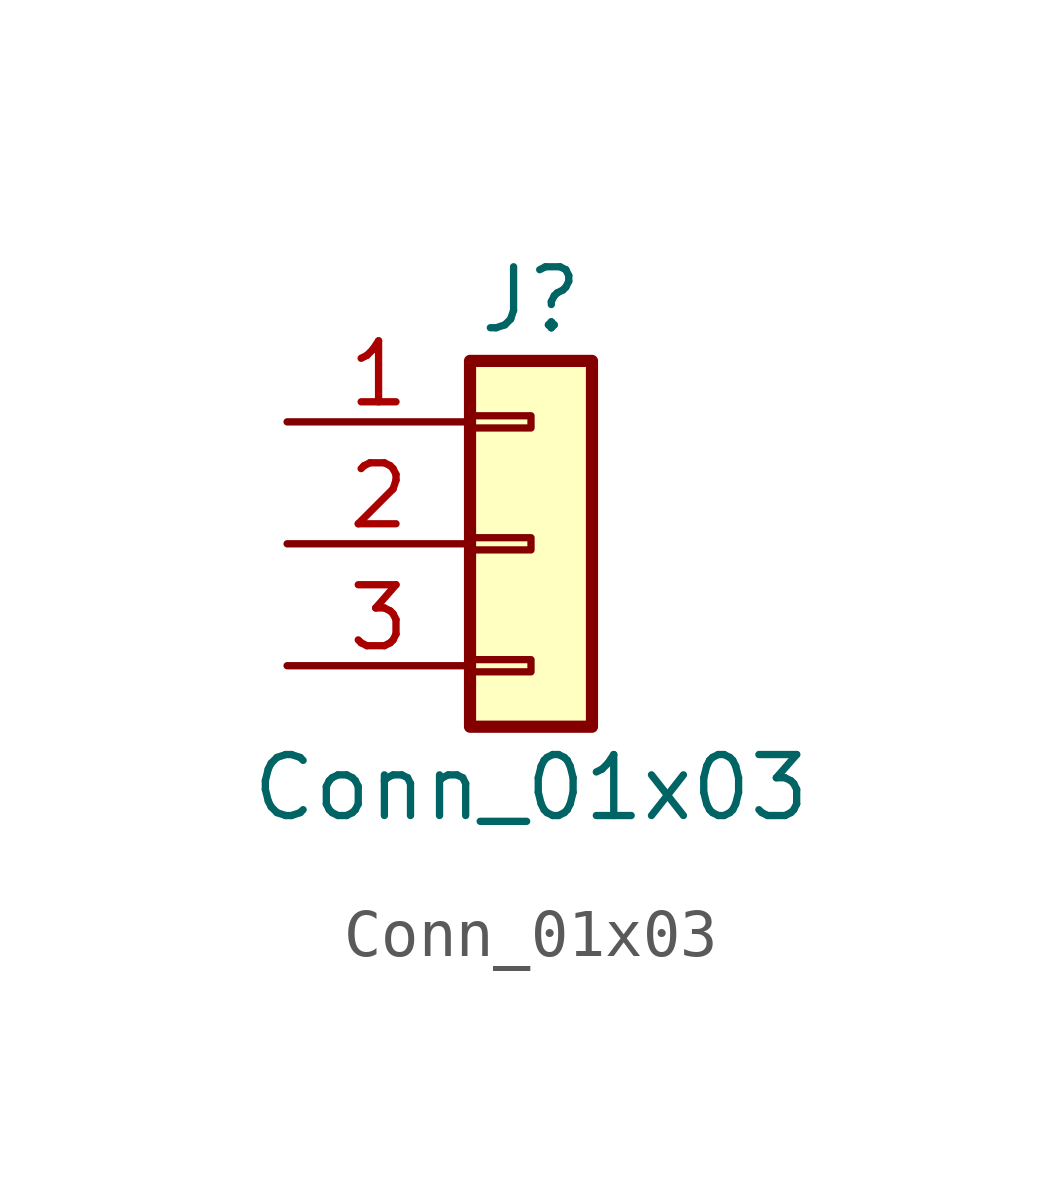
<source format=kicad_sym>
(kicad_symbol_lib
  (version 20211014)
  (generator kicad_symbol_editor)
  (symbol "Conn_01x03"
    (pin_names
      (offset 1.016) hide)
    (property "Reference" "J"
      (at 0 5.08 0)
      (effects (font (size 1.27 1.27))))
    (property "Value" "Conn_01x03"
      (at 0 -5.08 0)
      (effects (font (size 1.27 1.27))))
    (symbol "Conn_01x03_1_1"
      (rectangle (start -1.27 -2.413) (end 0 -2.667) (stroke (width 0.152) (type default) (color 0 0 0 0)) (fill (type none)))
      (rectangle (start -1.27 0.127) (end 0 -0.127) (stroke (width 0.152) (type default) (color 0 0 0 0)) (fill (type none)))
      (rectangle (start -1.27 2.667) (end 0 2.413) (stroke (width 0.152) (type default) (color 0 0 0 0)) (fill (type none)))
      (rectangle (start -1.27 3.81) (end 1.27 -3.81) (stroke (width 0.254) (type default) (color 0 0 0 0)) (fill (type background)))
      (pin passive line (at -5.08 2.54 0) (length 3.81) (name "Pin_1" (effects (font (size 1.27 1.27)))) (number "1" (effects (font (size 1.27 1.27)))))
      (pin passive line (at -5.08 0 0) (length 3.81) (name "Pin_2" (effects (font (size 1.27 1.27)))) (number "2" (effects (font (size 1.27 1.27)))))
      (pin bidirectional line (at -5.08 -2.54 0) (length 3.81) (name "Pin_3" (effects (font (size 1.27 1.27)))) (number "3" (effects (font (size 1.27 1.27))))))))
</source>
